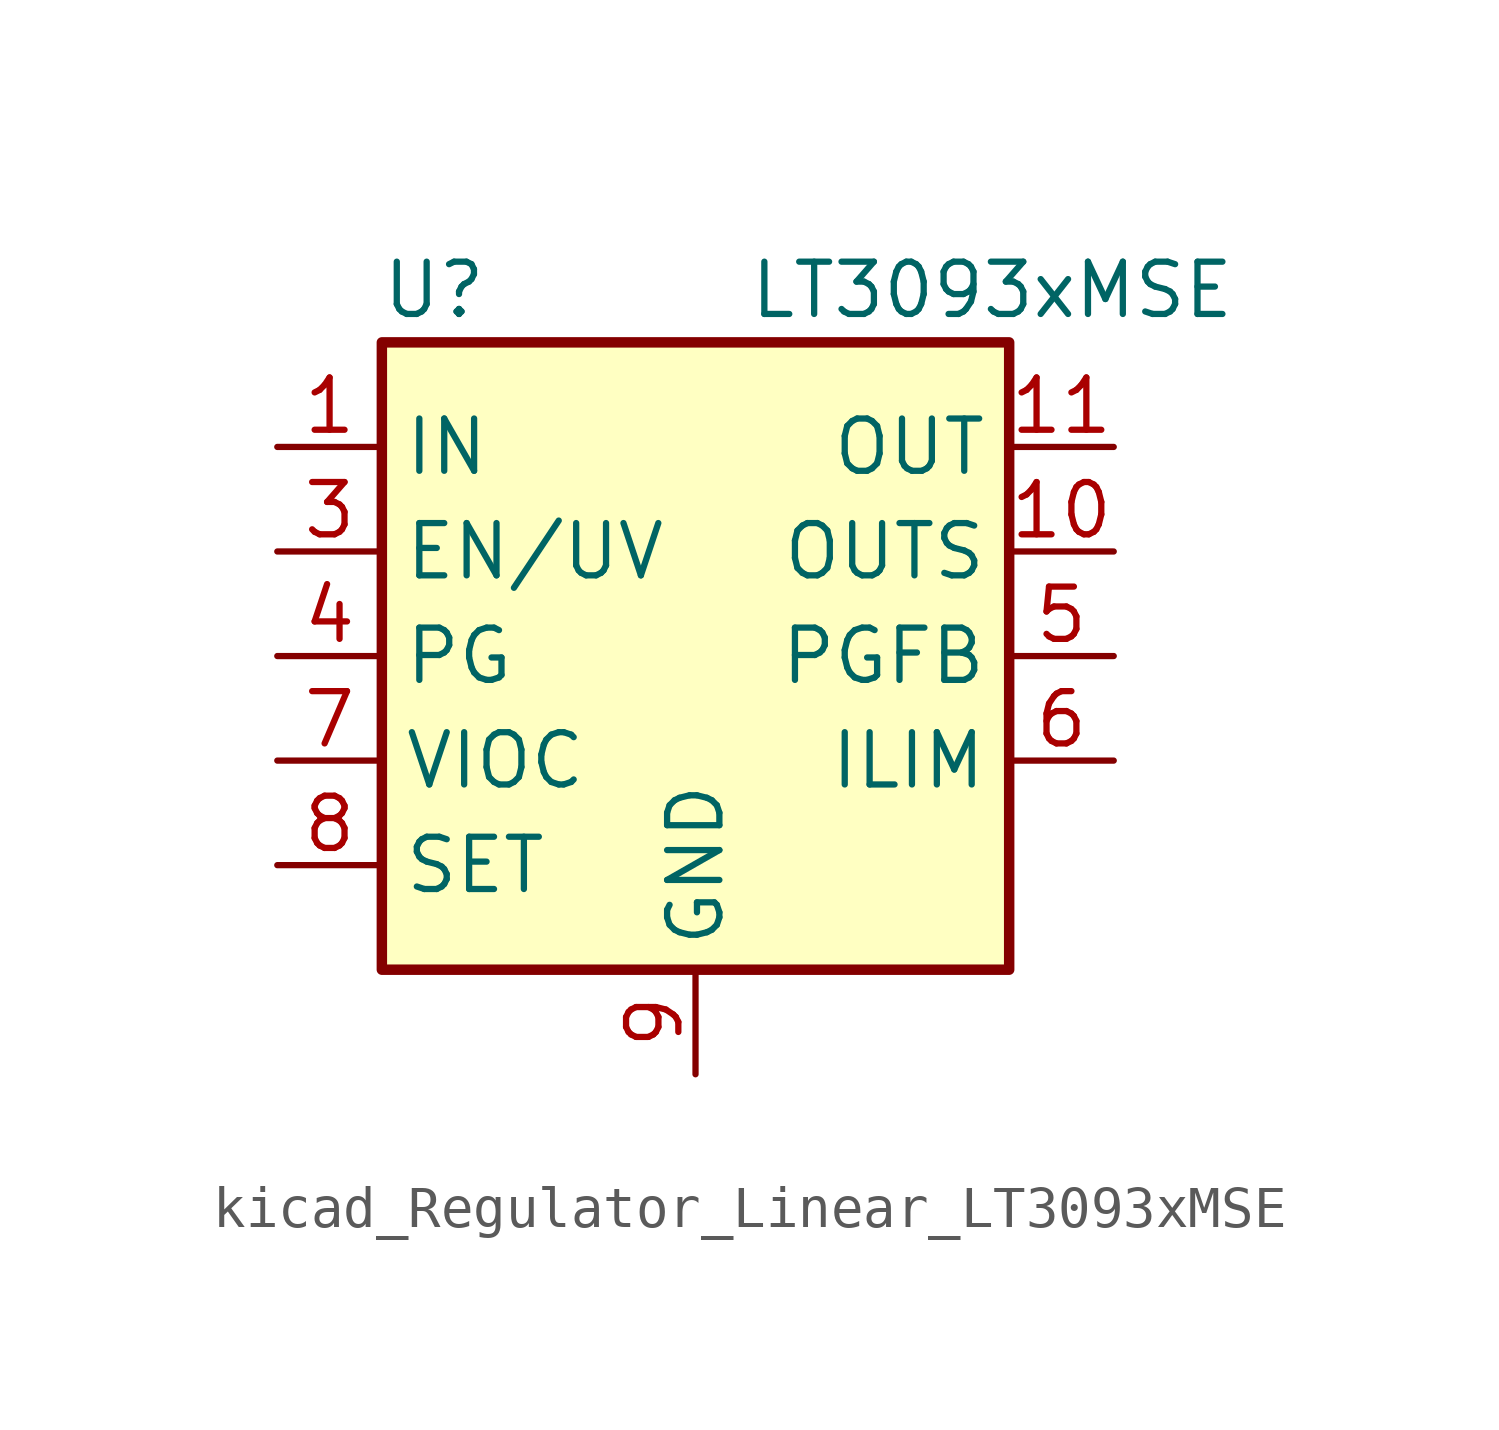
<source format=kicad_sym>
(kicad_symbol_lib
  (version 20220914)
  (generator kicad_symbol_editor)
  (symbol "kicad_Regulator_Linear_LT3093xMSE"
    (property "Reference" "U"
      (at -6.35 8.89 0)
      (effects (font (size 1.27 1.27))))
    (property "Value" "LT3093xMSE"
      (at 1.27 8.89 0)
      (effects (font (size 1.27 1.27)) (justify left)))
    (symbol "kicad_Regulator_Linear_LT3093xMSE_0_0"
      (pin passive line (at 10.16 5.08 180) (length 2.54) hide (name "OUT" (effects (font (size 1.27 1.27)))) (number "12" (effects (font (size 1.27 1.27)))))
      (pin passive line (at -10.16 5.08 0) (length 2.54) hide (name "IN" (effects (font (size 1.27 1.27)))) (number "13" (effects (font (size 1.27 1.27))))))
    (symbol "kicad_Regulator_Linear_LT3093xMSE_0_1"
      (rectangle (start 7.62 7.62) (end -7.62 -7.62) (stroke (width 0.254) (type default)) (fill (type background))))
    (symbol "kicad_Regulator_Linear_LT3093xMSE_1_1"
      (pin power_in line (at -10.16 5.08 0) (length 2.54) (name "IN" (effects (font (size 1.27 1.27)))) (number "1" (effects (font (size 1.27 1.27)))))
      (pin input line (at 10.16 2.54 180) (length 2.54) (name "OUTS" (effects (font (size 1.27 1.27)))) (number "10" (effects (font (size 1.27 1.27)))))
      (pin power_out line (at 10.16 5.08 180) (length 2.54) (name "OUT" (effects (font (size 1.27 1.27)))) (number "11" (effects (font (size 1.27 1.27)))))
      (pin passive line (at -10.16 5.08 0) (length 2.54) hide (name "IN" (effects (font (size 1.27 1.27)))) (number "2" (effects (font (size 1.27 1.27)))))
      (pin input line (at -10.16 2.54 0) (length 2.54) (name "EN/UV" (effects (font (size 1.27 1.27)))) (number "3" (effects (font (size 1.27 1.27)))))
      (pin open_collector line (at -10.16 0 0) (length 2.54) (name "PG" (effects (font (size 1.27 1.27)))) (number "4" (effects (font (size 1.27 1.27)))))
      (pin input line (at 10.16 0 180) (length 2.54) (name "PGFB" (effects (font (size 1.27 1.27)))) (number "5" (effects (font (size 1.27 1.27)))))
      (pin passive line (at 10.16 -2.54 180) (length 2.54) (name "ILIM" (effects (font (size 1.27 1.27)))) (number "6" (effects (font (size 1.27 1.27)))))
      (pin passive line (at -10.16 -2.54 0) (length 2.54) (name "VIOC" (effects (font (size 1.27 1.27)))) (number "7" (effects (font (size 1.27 1.27)))))
      (pin passive line (at -10.16 -5.08 0) (length 2.54) (name "SET" (effects (font (size 1.27 1.27)))) (number "8" (effects (font (size 1.27 1.27)))))
      (pin power_in line (at 0 -10.16 90) (length 2.54) (name "GND" (effects (font (size 1.27 1.27)))) (number "9" (effects (font (size 1.27 1.27))))))))
</source>
